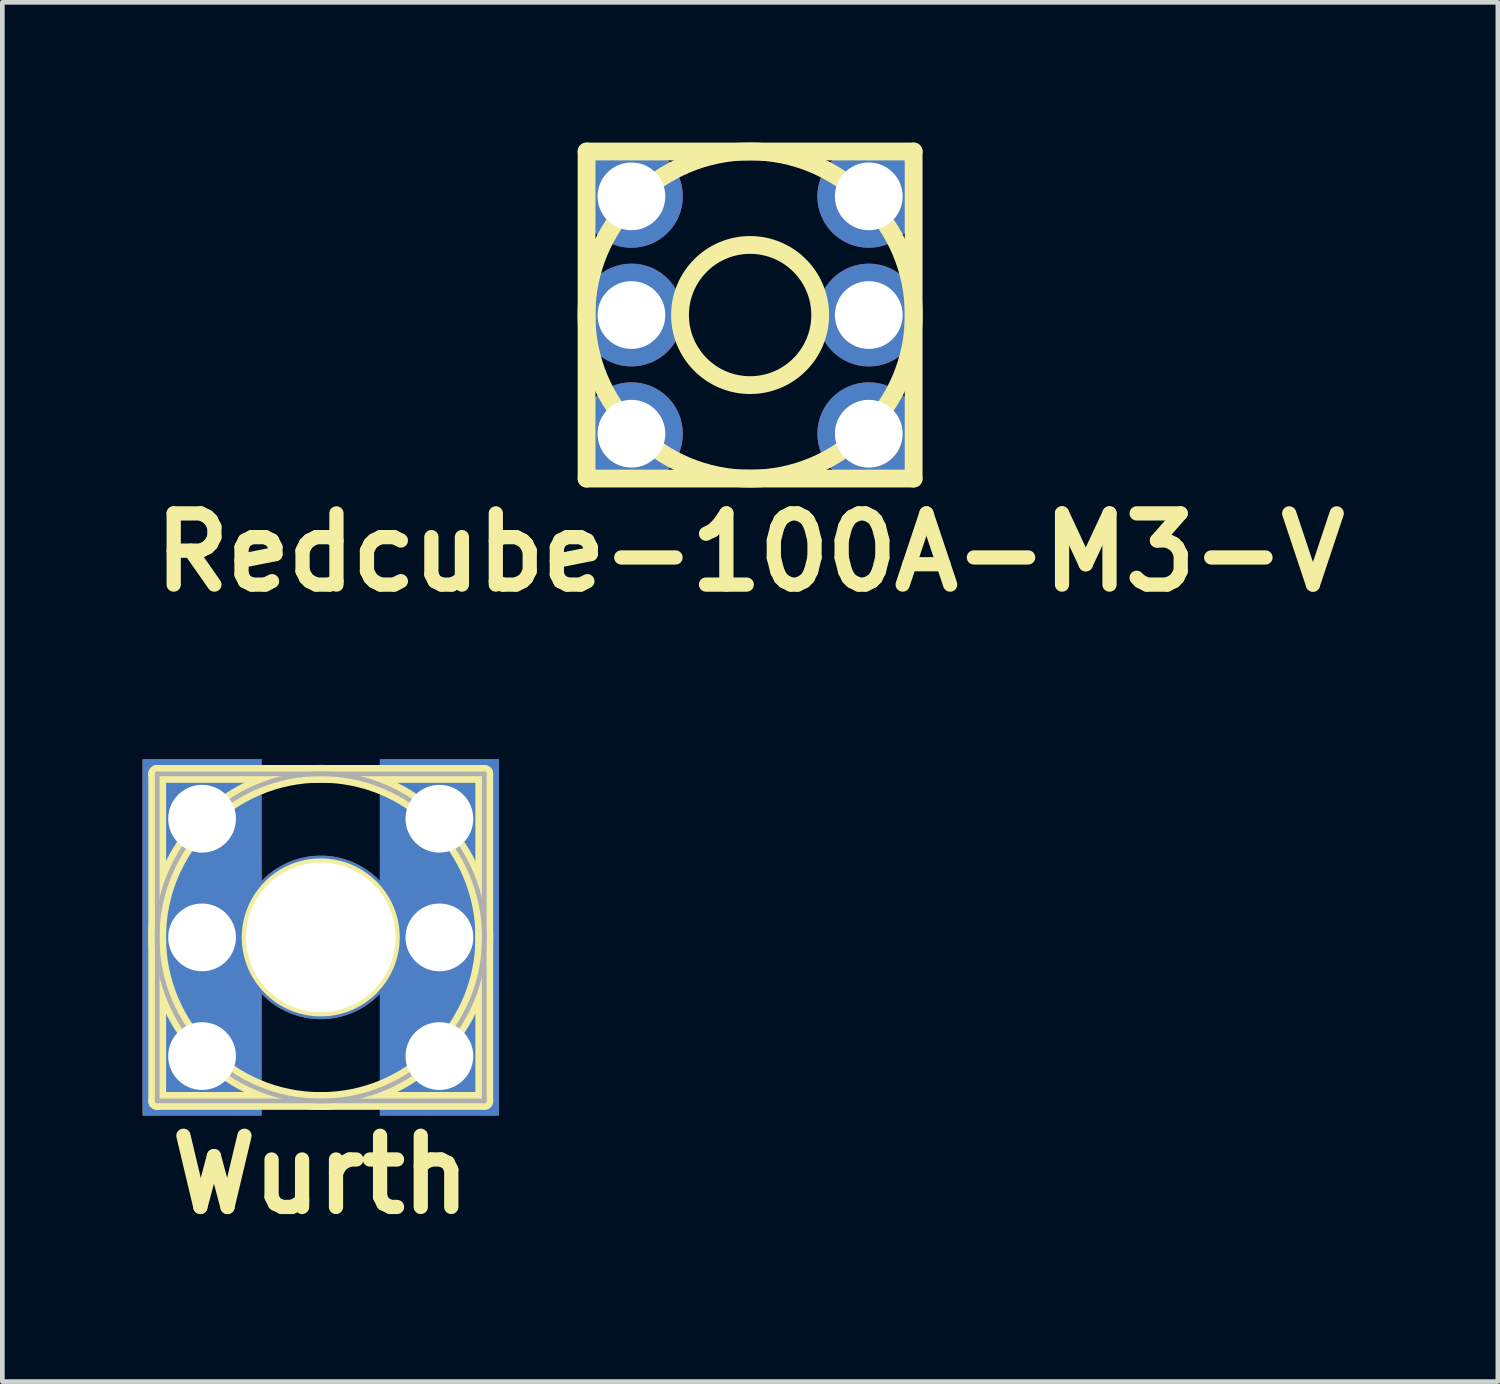
<source format=kicad_pcb>
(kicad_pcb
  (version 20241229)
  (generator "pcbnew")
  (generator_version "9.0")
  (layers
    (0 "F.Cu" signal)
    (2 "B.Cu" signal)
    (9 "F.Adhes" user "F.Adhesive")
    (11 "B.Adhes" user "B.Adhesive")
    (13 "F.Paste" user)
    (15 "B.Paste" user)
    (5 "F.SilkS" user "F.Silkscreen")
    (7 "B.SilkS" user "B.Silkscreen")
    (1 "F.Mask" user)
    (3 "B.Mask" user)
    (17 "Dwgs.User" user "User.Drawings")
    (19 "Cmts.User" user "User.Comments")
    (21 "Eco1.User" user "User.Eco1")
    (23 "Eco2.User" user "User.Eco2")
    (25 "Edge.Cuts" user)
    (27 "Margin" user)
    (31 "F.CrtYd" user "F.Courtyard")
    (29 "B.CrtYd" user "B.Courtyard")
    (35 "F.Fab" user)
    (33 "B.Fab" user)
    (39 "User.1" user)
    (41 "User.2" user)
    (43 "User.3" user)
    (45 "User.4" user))
  (footprint "Redcube-100A-M3-V"
    (layer "F.Cu")
    (at 13.005 3.693)
    (property "Reference" "Redcube-100A-M3-V" (at 0 5.08 0) (layer "F.SilkS") (effects (font (size 1.524 1.524) (thickness 0.305))))
    (attr through_hole)
    (fp_line (start -3.5 -3.5) (end 3.5 -3.5) (stroke (width 0.381) (type solid)) (layer "F.SilkS"))
    (fp_line (start -3.5 3.5) (end -3.5 -3.5) (stroke (width 0.381) (type solid)) (layer "F.SilkS"))
    (fp_line (start 3.5 -3.5) (end 3.5 3.5) (stroke (width 0.381) (type solid)) (layer "F.SilkS"))
    (fp_line (start 3.5 3.5) (end -3.5 3.5) (stroke (width 0.381) (type solid)) (layer "F.SilkS"))
    (fp_circle (center 0 0) (end 0 -1.5) (stroke (width 0.381) (type solid)) (fill no) (layer "F.SilkS"))
    (fp_circle (center 0 0) (end 3.5 -0.127) (stroke (width 0.381) (type solid)) (fill no) (layer "F.SilkS"))
    (pad "1" thru_hole circle (at -2.54 -2.54) (size 2.2 2.2) (drill 1.45) (layers "*.Cu" "*.Mask"))
    (pad "1" thru_hole circle (at -2.54 0) (size 2.2 2.2) (drill 1.45) (layers "*.Cu" "*.Mask"))
    (pad "1" thru_hole circle (at -2.54 2.54) (size 2.2 2.2) (drill 1.45) (layers "*.Cu" "*.Mask"))
    (pad "1" thru_hole circle (at 2.54 -2.54) (size 2.2 2.2) (drill 1.45) (layers "*.Cu" "*.Mask"))
    (pad "1" thru_hole circle (at 2.54 0) (size 2.2 2.2) (drill 1.45) (layers "*.Cu" "*.Mask"))
    (pad "1" thru_hole circle (at 2.54 2.54) (size 2.2 2.2) (drill 1.45) (layers "*.Cu" "*.Mask")))
  (footprint "Wurth"
    (layer "F.Cu")
    (at 3.815 17.014)
    (property "Reference" "Wurth" (at 0 5.08 0) (layer "F.SilkS") (effects (font (size 1.524 1.524) (thickness 0.305))))
    (attr through_hole)
    (fp_line (start -3.5 -3.5) (end 3.5 -3.5) (stroke (width 0.381) (type solid)) (layer "F.SilkS"))
    (fp_line (start -3.5 3.5) (end -3.5 -3.5) (stroke (width 0.381) (type solid)) (layer "F.SilkS"))
    (fp_line (start 3.5 -3.5) (end 3.5 3.5) (stroke (width 0.381) (type solid)) (layer "F.SilkS"))
    (fp_line (start 3.5 3.5) (end -3.5 3.5) (stroke (width 0.381) (type solid)) (layer "F.SilkS"))
    (fp_circle (center 0 0) (end 0 -1.5) (stroke (width 0.381) (type solid)) (fill no) (layer "F.SilkS"))
    (fp_circle (center 0 0) (end 3.5 -0.127) (stroke (width 0.381) (type solid)) (fill no) (layer "F.SilkS"))
    (fp_line (start -3.5 -3.5) (end 3.5 -3.5) (stroke (width 0.1) (type solid)) (layer "F.Fab"))
    (fp_line (start -3.5 3.5) (end -3.5 -3.5) (stroke (width 0.1) (type solid)) (layer "F.Fab"))
    (fp_line (start 3.5 -3.5) (end 3.5 3.5) (stroke (width 0.1) (type solid)) (layer "F.Fab"))
    (fp_line (start 3.5 3.5) (end -3.5 3.5) (stroke (width 0.1) (type solid)) (layer "F.Fab"))
    (fp_circle (center 0 0) (end 0 -1.5) (stroke (width 0.1) (type solid)) (fill no) (layer "F.Fab"))
    (fp_circle (center 0 0) (end 3.5 -0.127) (stroke (width 0.1) (type solid)) (fill no) (layer "F.Fab"))
    (pad "1" thru_hole rect (at -2.54 -2.54) (size 2.55 2.55) (drill 1.45) (layers "*.Cu" "*.Mask"))
    (pad "1" thru_hole rect (at -2.54 0) (size 2.55 2.55) (drill 1.45) (layers "*.Cu" "*.Mask"))
    (pad "1" thru_hole rect (at -2.54 2.54) (size 2.55 2.55) (drill 1.45) (layers "*.Cu" "*.Mask"))
    (pad "1" thru_hole circle (at 0 0) (size 3.5 3.5) (drill 3.2) (layers "*.Cu" "*.Mask"))
    (pad "1" thru_hole rect (at 2.54 -2.54) (size 2.55 2.55) (drill 1.45) (layers "*.Cu" "*.Mask"))
    (pad "1" thru_hole rect (at 2.54 0) (size 2.55 2.55) (drill 1.45) (layers "*.Cu" "*.Mask"))
    (pad "1" thru_hole rect (at 2.54 2.54) (size 2.55 2.55) (drill 1.45) (layers "*.Cu" "*.Mask")))
  (gr_rect
    (start -3 -3)
    (end 29.01 26.521)
    (stroke (width 0.1) (type default))
    (fill no)
    (layer "Edge.Cuts")))
</source>
